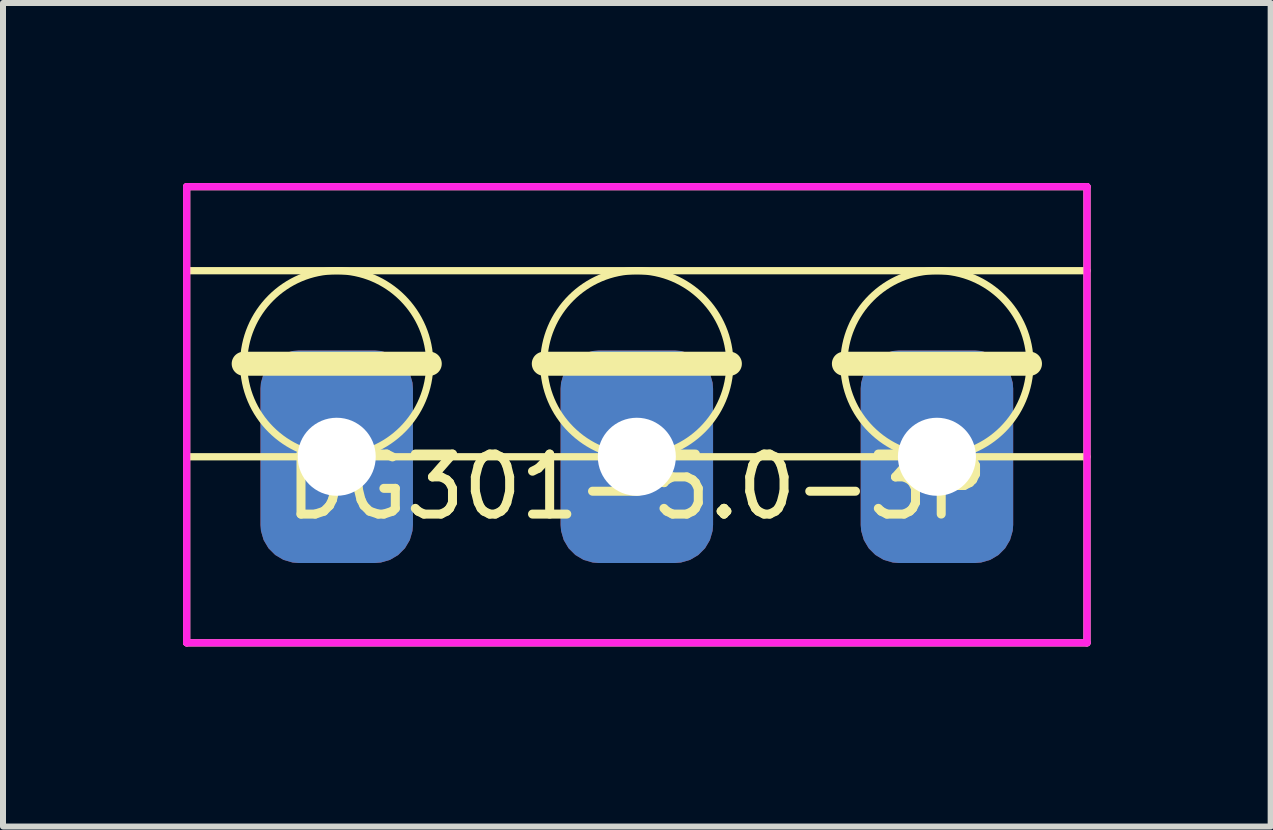
<source format=kicad_pcb>
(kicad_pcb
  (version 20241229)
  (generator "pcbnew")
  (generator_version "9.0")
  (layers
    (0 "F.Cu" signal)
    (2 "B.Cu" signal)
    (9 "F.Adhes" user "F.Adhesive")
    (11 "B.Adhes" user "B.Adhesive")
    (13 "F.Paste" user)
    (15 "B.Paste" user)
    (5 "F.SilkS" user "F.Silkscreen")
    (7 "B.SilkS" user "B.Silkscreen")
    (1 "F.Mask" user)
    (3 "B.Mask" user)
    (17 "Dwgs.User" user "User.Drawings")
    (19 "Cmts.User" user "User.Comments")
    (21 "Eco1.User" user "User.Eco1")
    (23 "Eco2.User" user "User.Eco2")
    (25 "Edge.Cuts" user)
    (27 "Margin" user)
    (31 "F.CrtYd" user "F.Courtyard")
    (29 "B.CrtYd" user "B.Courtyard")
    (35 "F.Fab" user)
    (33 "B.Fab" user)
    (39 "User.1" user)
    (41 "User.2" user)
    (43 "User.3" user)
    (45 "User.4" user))
  (footprint "DG301-5.0-3P"
    (layer "F.Cu")
    (at 7.56 4.56)
    (property "Reference" "DG301-5.0-3P" (at 0 0.5 0) (layer "F.SilkS") (effects (font (size 1 1) (thickness 0.15))))
    (attr through_hole)
    (fp_line (start -7.5 -4.5) (end -7.5 3.1) (stroke (width 0.12) (type solid)) (layer "F.SilkS"))
    (fp_line (start -7.5 -4.5) (end 7.5 -4.5) (stroke (width 0.12) (type solid)) (layer "F.SilkS"))
    (fp_line (start -7.5 -3.1) (end 7.5 -3.1) (stroke (width 0.12) (type solid)) (layer "F.SilkS"))
    (fp_line (start -7.5 0) (end 7.5 0) (stroke (width 0.12) (type solid)) (layer "F.SilkS"))
    (fp_line (start -7.5 3.1) (end 7.5 3.1) (stroke (width 0.12) (type solid)) (layer "F.SilkS"))
    (fp_line (start -6.55 -1.55) (end -3.45 -1.55) (stroke (width 0.4) (type solid)) (layer "F.SilkS"))
    (fp_line (start -1.55 -1.55) (end 1.55 -1.55) (stroke (width 0.4) (type solid)) (layer "F.SilkS"))
    (fp_line (start 3.45 -1.55) (end 6.55 -1.55) (stroke (width 0.4) (type solid)) (layer "F.SilkS"))
    (fp_line (start 7.5 3.1) (end 7.5 -4.5) (stroke (width 0.12) (type solid)) (layer "F.SilkS"))
    (fp_circle (center -5 -1.55) (end -5 0) (stroke (width 0.12) (type solid)) (fill no) (layer "F.SilkS"))
    (fp_circle (center 0 -1.55) (end 0 0) (stroke (width 0.12) (type solid)) (fill no) (layer "F.SilkS"))
    (fp_circle (center 5 -1.55) (end 5 0) (stroke (width 0.12) (type solid)) (fill no) (layer "F.SilkS"))
    (fp_line (start -7.5 -4.5) (end 7.5 -4.5) (stroke (width 0.12) (type solid)) (layer "F.CrtYd"))
    (fp_line (start -7.5 3.1) (end -7.5 -4.5) (stroke (width 0.12) (type solid)) (layer "F.CrtYd"))
    (fp_line (start -7.5 3.1) (end 7.5 3.1) (stroke (width 0.12) (type solid)) (layer "F.CrtYd"))
    (fp_line (start 7.5 3.1) (end 7.5 -4.5) (stroke (width 0.12) (type solid)) (layer "F.CrtYd"))
    (pad "1" thru_hole roundrect (at -5 0) (size 2.54 3.54) (drill 1.3) (layers "*.Cu" "*.Mask") (roundrect_rratio 0.25))
    (pad "2" thru_hole roundrect (at 0 0) (size 2.54 3.54) (drill 1.3) (layers "*.Cu" "*.Mask") (roundrect_rratio 0.25))
    (pad "3" thru_hole roundrect (at 5 0) (size 2.54 3.54) (drill 1.3) (layers "*.Cu" "*.Mask") (roundrect_rratio 0.25)))
  (gr_rect
    (start -3 -3)
    (end 18.12 10.72)
    (stroke (width 0.1) (type default))
    (fill no)
    (layer "Edge.Cuts")))
</source>
